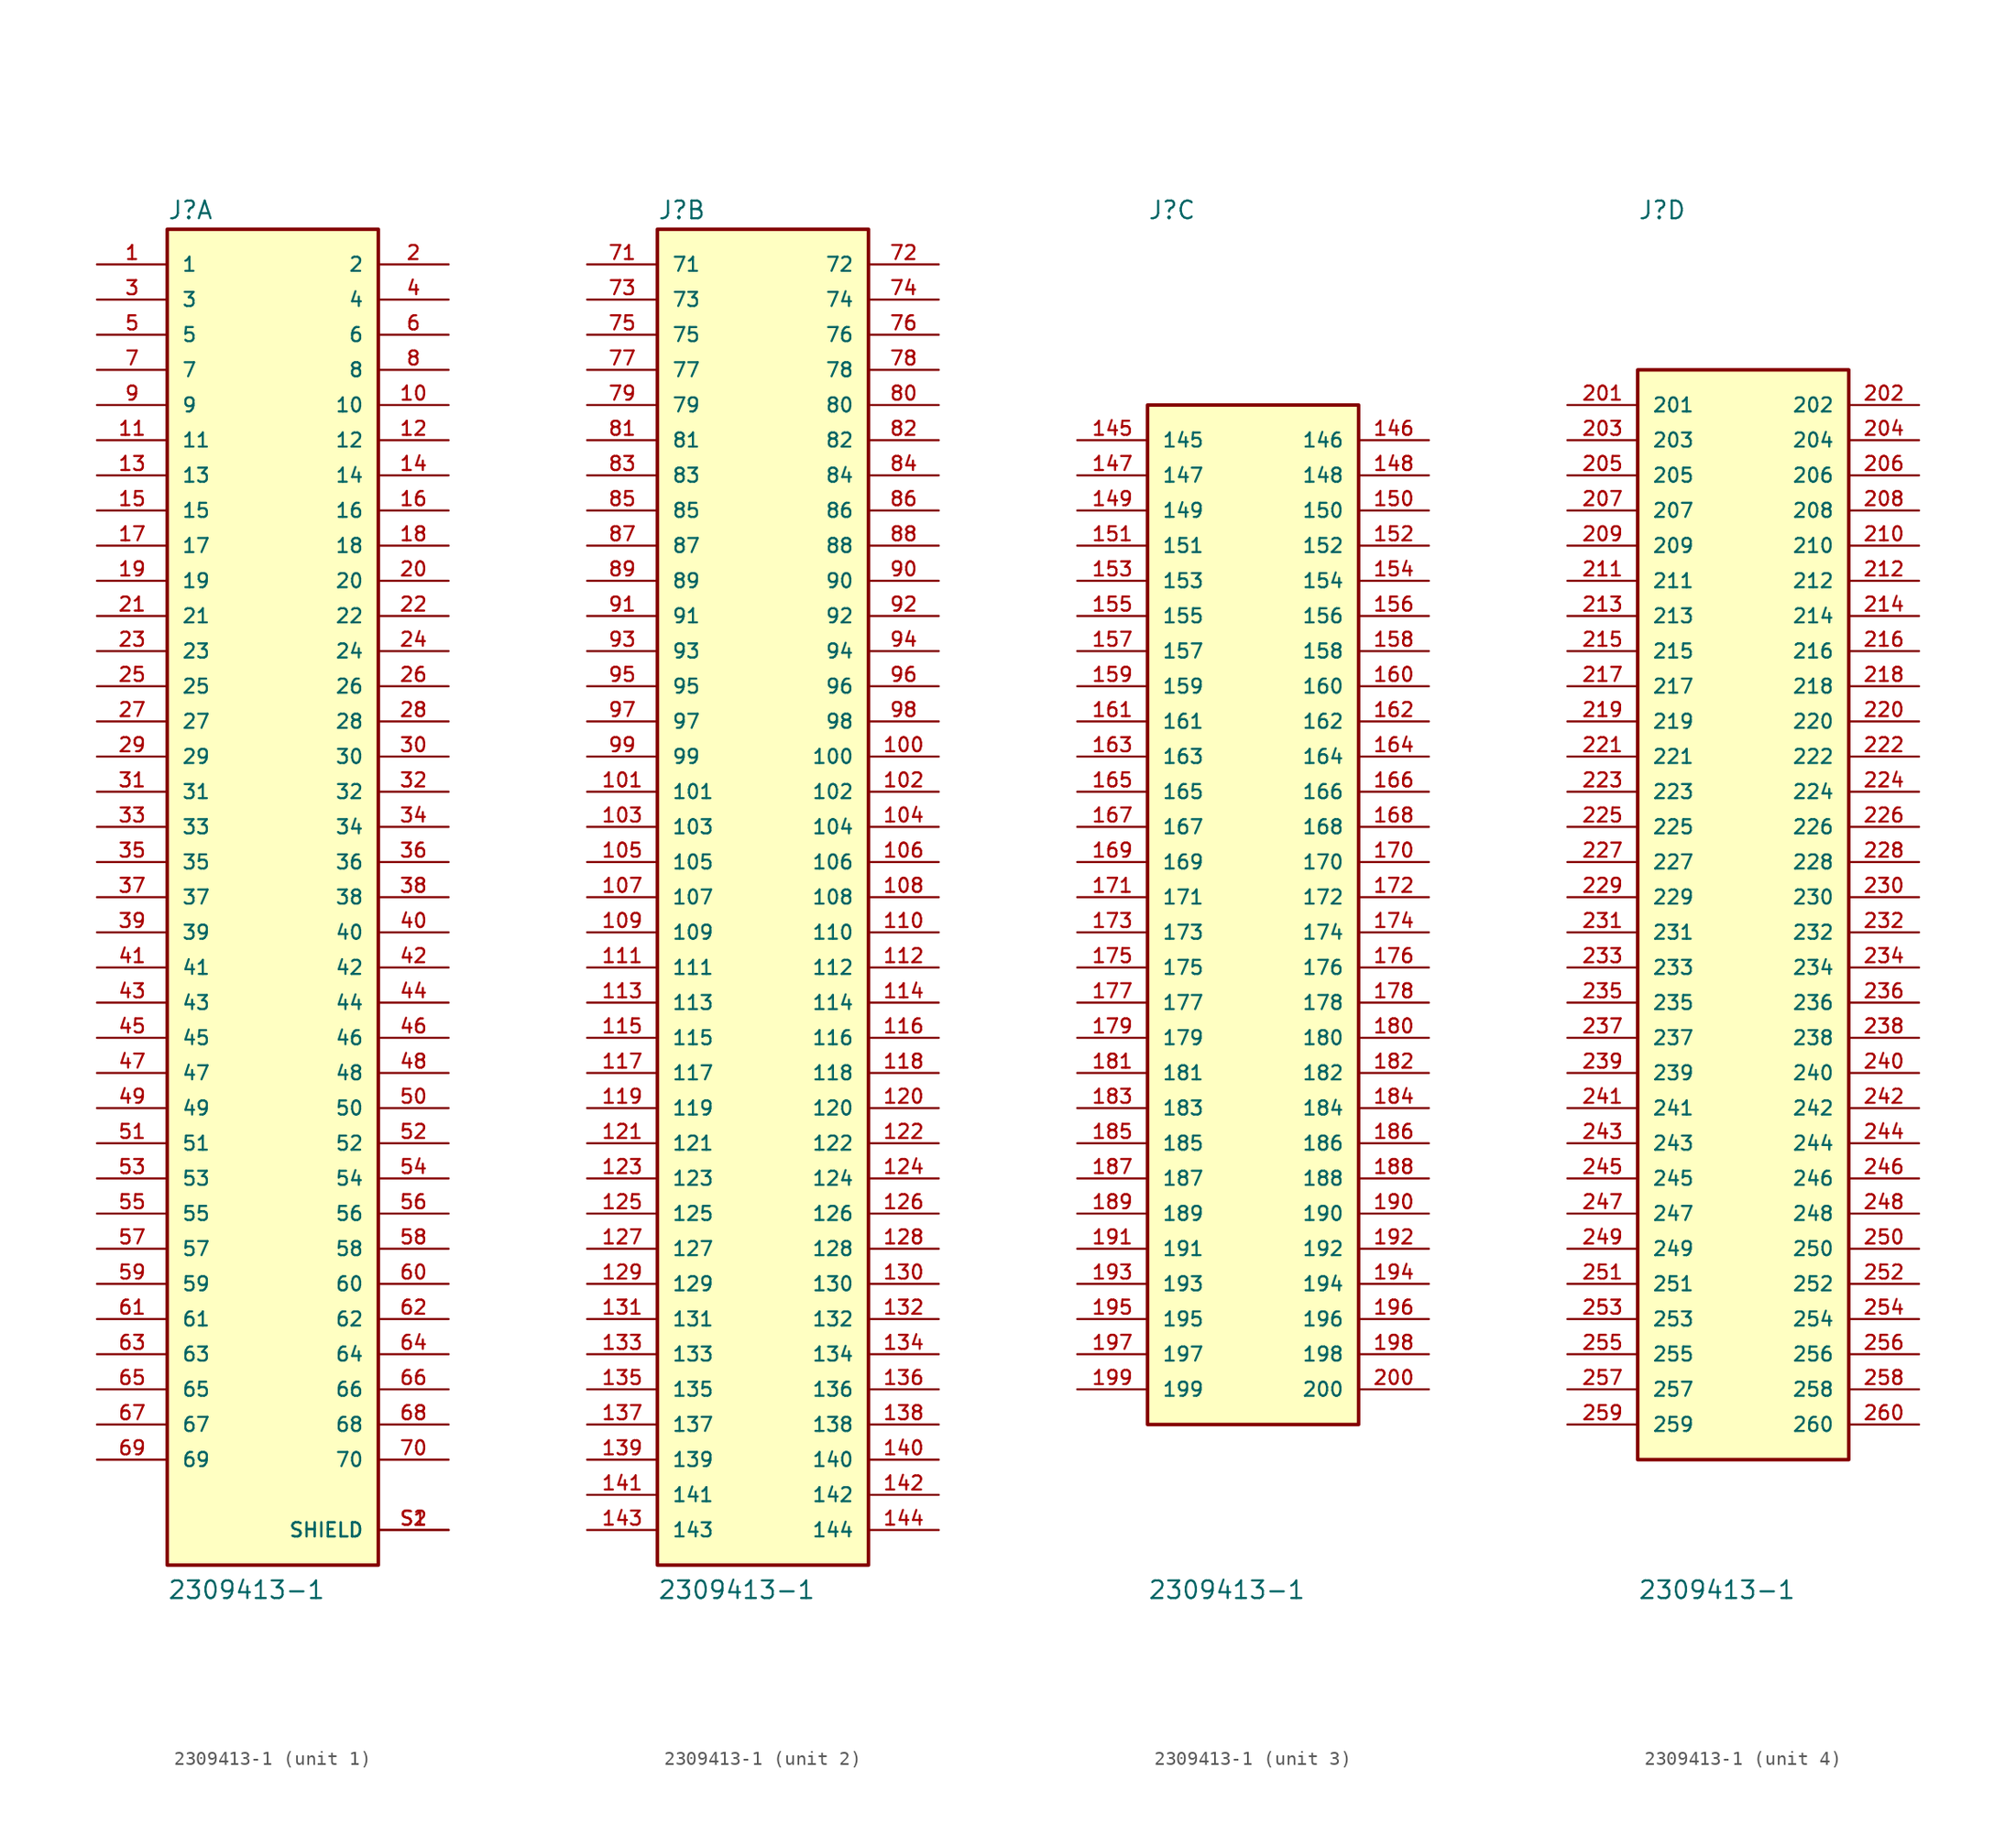
<source format=kicad_sym>
(kicad_symbol_lib
  (version 20211014)
  (generator kicad_symbol_editor)
  (symbol "2309413-1"
    (pin_names
      (offset 1.016))
    (property "Reference" "J"
      (at -7.62 48.895 0)
      (effects (font (size 1.27 1.27)) (justify bottom left)))
    (property "Value" "2309413-1"
      (at -7.62 -50.8 0)
      (effects (font (size 1.27 1.27)) (justify bottom left)))
    (symbol "2309413-1_1_0"
      (rectangle (start -7.62 -48.26) (end 7.62 48.26) (stroke (width 0.254)) (fill (type background)))
      (pin passive line (at -12.7 45.72 0) (length 5.08) (name "1" (effects (font (size 1.016 1.016)))) (number "1" (effects (font (size 1.016 1.016)))))
      (pin passive line (at 12.7 45.72 180.0) (length 5.08) (name "2" (effects (font (size 1.016 1.016)))) (number "2" (effects (font (size 1.016 1.016)))))
      (pin passive line (at -12.7 43.18 0) (length 5.08) (name "3" (effects (font (size 1.016 1.016)))) (number "3" (effects (font (size 1.016 1.016)))))
      (pin passive line (at 12.7 43.18 180.0) (length 5.08) (name "4" (effects (font (size 1.016 1.016)))) (number "4" (effects (font (size 1.016 1.016)))))
      (pin passive line (at -12.7 40.64 0) (length 5.08) (name "5" (effects (font (size 1.016 1.016)))) (number "5" (effects (font (size 1.016 1.016)))))
      (pin passive line (at 12.7 40.64 180.0) (length 5.08) (name "6" (effects (font (size 1.016 1.016)))) (number "6" (effects (font (size 1.016 1.016)))))
      (pin passive line (at -12.7 38.1 0) (length 5.08) (name "7" (effects (font (size 1.016 1.016)))) (number "7" (effects (font (size 1.016 1.016)))))
      (pin passive line (at 12.7 38.1 180.0) (length 5.08) (name "8" (effects (font (size 1.016 1.016)))) (number "8" (effects (font (size 1.016 1.016)))))
      (pin passive line (at -12.7 35.56 0) (length 5.08) (name "9" (effects (font (size 1.016 1.016)))) (number "9" (effects (font (size 1.016 1.016)))))
      (pin passive line (at 12.7 35.56 180.0) (length 5.08) (name "10" (effects (font (size 1.016 1.016)))) (number "10" (effects (font (size 1.016 1.016)))))
      (pin passive line (at -12.7 33.02 0) (length 5.08) (name "11" (effects (font (size 1.016 1.016)))) (number "11" (effects (font (size 1.016 1.016)))))
      (pin passive line (at 12.7 33.02 180.0) (length 5.08) (name "12" (effects (font (size 1.016 1.016)))) (number "12" (effects (font (size 1.016 1.016)))))
      (pin passive line (at -12.7 30.48 0) (length 5.08) (name "13" (effects (font (size 1.016 1.016)))) (number "13" (effects (font (size 1.016 1.016)))))
      (pin passive line (at 12.7 30.48 180.0) (length 5.08) (name "14" (effects (font (size 1.016 1.016)))) (number "14" (effects (font (size 1.016 1.016)))))
      (pin passive line (at -12.7 27.94 0) (length 5.08) (name "15" (effects (font (size 1.016 1.016)))) (number "15" (effects (font (size 1.016 1.016)))))
      (pin passive line (at 12.7 27.94 180.0) (length 5.08) (name "16" (effects (font (size 1.016 1.016)))) (number "16" (effects (font (size 1.016 1.016)))))
      (pin passive line (at -12.7 25.4 0) (length 5.08) (name "17" (effects (font (size 1.016 1.016)))) (number "17" (effects (font (size 1.016 1.016)))))
      (pin passive line (at 12.7 25.4 180.0) (length 5.08) (name "18" (effects (font (size 1.016 1.016)))) (number "18" (effects (font (size 1.016 1.016)))))
      (pin passive line (at -12.7 22.86 0) (length 5.08) (name "19" (effects (font (size 1.016 1.016)))) (number "19" (effects (font (size 1.016 1.016)))))
      (pin passive line (at 12.7 22.86 180.0) (length 5.08) (name "20" (effects (font (size 1.016 1.016)))) (number "20" (effects (font (size 1.016 1.016)))))
      (pin passive line (at -12.7 20.32 0) (length 5.08) (name "21" (effects (font (size 1.016 1.016)))) (number "21" (effects (font (size 1.016 1.016)))))
      (pin passive line (at 12.7 20.32 180.0) (length 5.08) (name "22" (effects (font (size 1.016 1.016)))) (number "22" (effects (font (size 1.016 1.016)))))
      (pin passive line (at -12.7 17.78 0) (length 5.08) (name "23" (effects (font (size 1.016 1.016)))) (number "23" (effects (font (size 1.016 1.016)))))
      (pin passive line (at 12.7 17.78 180.0) (length 5.08) (name "24" (effects (font (size 1.016 1.016)))) (number "24" (effects (font (size 1.016 1.016)))))
      (pin passive line (at -12.7 15.24 0) (length 5.08) (name "25" (effects (font (size 1.016 1.016)))) (number "25" (effects (font (size 1.016 1.016)))))
      (pin passive line (at 12.7 15.24 180.0) (length 5.08) (name "26" (effects (font (size 1.016 1.016)))) (number "26" (effects (font (size 1.016 1.016)))))
      (pin passive line (at -12.7 12.7 0) (length 5.08) (name "27" (effects (font (size 1.016 1.016)))) (number "27" (effects (font (size 1.016 1.016)))))
      (pin passive line (at 12.7 12.7 180.0) (length 5.08) (name "28" (effects (font (size 1.016 1.016)))) (number "28" (effects (font (size 1.016 1.016)))))
      (pin passive line (at -12.7 10.16 0) (length 5.08) (name "29" (effects (font (size 1.016 1.016)))) (number "29" (effects (font (size 1.016 1.016)))))
      (pin passive line (at 12.7 10.16 180.0) (length 5.08) (name "30" (effects (font (size 1.016 1.016)))) (number "30" (effects (font (size 1.016 1.016)))))
      (pin passive line (at -12.7 7.62 0) (length 5.08) (name "31" (effects (font (size 1.016 1.016)))) (number "31" (effects (font (size 1.016 1.016)))))
      (pin passive line (at 12.7 7.62 180.0) (length 5.08) (name "32" (effects (font (size 1.016 1.016)))) (number "32" (effects (font (size 1.016 1.016)))))
      (pin passive line (at -12.7 5.08 0) (length 5.08) (name "33" (effects (font (size 1.016 1.016)))) (number "33" (effects (font (size 1.016 1.016)))))
      (pin passive line (at 12.7 5.08 180.0) (length 5.08) (name "34" (effects (font (size 1.016 1.016)))) (number "34" (effects (font (size 1.016 1.016)))))
      (pin passive line (at -12.7 2.54 0) (length 5.08) (name "35" (effects (font (size 1.016 1.016)))) (number "35" (effects (font (size 1.016 1.016)))))
      (pin passive line (at 12.7 2.54 180.0) (length 5.08) (name "36" (effects (font (size 1.016 1.016)))) (number "36" (effects (font (size 1.016 1.016)))))
      (pin passive line (at -12.7 0.0 0) (length 5.08) (name "37" (effects (font (size 1.016 1.016)))) (number "37" (effects (font (size 1.016 1.016)))))
      (pin passive line (at 12.7 0.0 180.0) (length 5.08) (name "38" (effects (font (size 1.016 1.016)))) (number "38" (effects (font (size 1.016 1.016)))))
      (pin passive line (at -12.7 -2.54 0) (length 5.08) (name "39" (effects (font (size 1.016 1.016)))) (number "39" (effects (font (size 1.016 1.016)))))
      (pin passive line (at 12.7 -2.54 180.0) (length 5.08) (name "40" (effects (font (size 1.016 1.016)))) (number "40" (effects (font (size 1.016 1.016)))))
      (pin passive line (at -12.7 -5.08 0) (length 5.08) (name "41" (effects (font (size 1.016 1.016)))) (number "41" (effects (font (size 1.016 1.016)))))
      (pin passive line (at 12.7 -5.08 180.0) (length 5.08) (name "42" (effects (font (size 1.016 1.016)))) (number "42" (effects (font (size 1.016 1.016)))))
      (pin passive line (at -12.7 -7.62 0) (length 5.08) (name "43" (effects (font (size 1.016 1.016)))) (number "43" (effects (font (size 1.016 1.016)))))
      (pin passive line (at 12.7 -7.62 180.0) (length 5.08) (name "44" (effects (font (size 1.016 1.016)))) (number "44" (effects (font (size 1.016 1.016)))))
      (pin passive line (at -12.7 -10.16 0) (length 5.08) (name "45" (effects (font (size 1.016 1.016)))) (number "45" (effects (font (size 1.016 1.016)))))
      (pin passive line (at 12.7 -10.16 180.0) (length 5.08) (name "46" (effects (font (size 1.016 1.016)))) (number "46" (effects (font (size 1.016 1.016)))))
      (pin passive line (at -12.7 -12.7 0) (length 5.08) (name "47" (effects (font (size 1.016 1.016)))) (number "47" (effects (font (size 1.016 1.016)))))
      (pin passive line (at 12.7 -12.7 180.0) (length 5.08) (name "48" (effects (font (size 1.016 1.016)))) (number "48" (effects (font (size 1.016 1.016)))))
      (pin passive line (at -12.7 -15.24 0) (length 5.08) (name "49" (effects (font (size 1.016 1.016)))) (number "49" (effects (font (size 1.016 1.016)))))
      (pin passive line (at 12.7 -15.24 180.0) (length 5.08) (name "50" (effects (font (size 1.016 1.016)))) (number "50" (effects (font (size 1.016 1.016)))))
      (pin passive line (at -12.7 -17.78 0) (length 5.08) (name "51" (effects (font (size 1.016 1.016)))) (number "51" (effects (font (size 1.016 1.016)))))
      (pin passive line (at 12.7 -17.78 180.0) (length 5.08) (name "52" (effects (font (size 1.016 1.016)))) (number "52" (effects (font (size 1.016 1.016)))))
      (pin passive line (at -12.7 -20.32 0) (length 5.08) (name "53" (effects (font (size 1.016 1.016)))) (number "53" (effects (font (size 1.016 1.016)))))
      (pin passive line (at 12.7 -20.32 180.0) (length 5.08) (name "54" (effects (font (size 1.016 1.016)))) (number "54" (effects (font (size 1.016 1.016)))))
      (pin passive line (at -12.7 -22.86 0) (length 5.08) (name "55" (effects (font (size 1.016 1.016)))) (number "55" (effects (font (size 1.016 1.016)))))
      (pin passive line (at 12.7 -22.86 180.0) (length 5.08) (name "56" (effects (font (size 1.016 1.016)))) (number "56" (effects (font (size 1.016 1.016)))))
      (pin passive line (at -12.7 -25.4 0) (length 5.08) (name "57" (effects (font (size 1.016 1.016)))) (number "57" (effects (font (size 1.016 1.016)))))
      (pin passive line (at 12.7 -25.4 180.0) (length 5.08) (name "58" (effects (font (size 1.016 1.016)))) (number "58" (effects (font (size 1.016 1.016)))))
      (pin passive line (at -12.7 -27.94 0) (length 5.08) (name "59" (effects (font (size 1.016 1.016)))) (number "59" (effects (font (size 1.016 1.016)))))
      (pin passive line (at 12.7 -27.94 180.0) (length 5.08) (name "60" (effects (font (size 1.016 1.016)))) (number "60" (effects (font (size 1.016 1.016)))))
      (pin passive line (at -12.7 -30.48 0) (length 5.08) (name "61" (effects (font (size 1.016 1.016)))) (number "61" (effects (font (size 1.016 1.016)))))
      (pin passive line (at 12.7 -30.48 180.0) (length 5.08) (name "62" (effects (font (size 1.016 1.016)))) (number "62" (effects (font (size 1.016 1.016)))))
      (pin passive line (at -12.7 -33.02 0) (length 5.08) (name "63" (effects (font (size 1.016 1.016)))) (number "63" (effects (font (size 1.016 1.016)))))
      (pin passive line (at 12.7 -33.02 180.0) (length 5.08) (name "64" (effects (font (size 1.016 1.016)))) (number "64" (effects (font (size 1.016 1.016)))))
      (pin passive line (at -12.7 -35.56 0) (length 5.08) (name "65" (effects (font (size 1.016 1.016)))) (number "65" (effects (font (size 1.016 1.016)))))
      (pin passive line (at 12.7 -35.56 180.0) (length 5.08) (name "66" (effects (font (size 1.016 1.016)))) (number "66" (effects (font (size 1.016 1.016)))))
      (pin passive line (at -12.7 -38.1 0) (length 5.08) (name "67" (effects (font (size 1.016 1.016)))) (number "67" (effects (font (size 1.016 1.016)))))
      (pin passive line (at 12.7 -38.1 180.0) (length 5.08) (name "68" (effects (font (size 1.016 1.016)))) (number "68" (effects (font (size 1.016 1.016)))))
      (pin passive line (at -12.7 -40.64 0) (length 5.08) (name "69" (effects (font (size 1.016 1.016)))) (number "69" (effects (font (size 1.016 1.016)))))
      (pin passive line (at 12.7 -40.64 180.0) (length 5.08) (name "70" (effects (font (size 1.016 1.016)))) (number "70" (effects (font (size 1.016 1.016)))))
      (pin passive line (at 12.7 -45.72 180.0) (length 5.08) (name "SHIELD" (effects (font (size 1.016 1.016)))) (number "S1" (effects (font (size 1.016 1.016)))))
      (pin passive line (at 12.7 -45.72 180.0) (length 5.08) (name "SHIELD" (effects (font (size 1.016 1.016)))) (number "S2" (effects (font (size 1.016 1.016))))))
    (symbol "2309413-1_2_0"
      (rectangle (start -7.62 -48.26) (end 7.62 48.26) (stroke (width 0.254)) (fill (type background)))
      (pin passive line (at -12.7 43.18 0) (length 5.08) (name "73" (effects (font (size 1.016 1.016)))) (number "73" (effects (font (size 1.016 1.016)))))
      (pin passive line (at 12.7 43.18 180.0) (length 5.08) (name "74" (effects (font (size 1.016 1.016)))) (number "74" (effects (font (size 1.016 1.016)))))
      (pin passive line (at -12.7 40.64 0) (length 5.08) (name "75" (effects (font (size 1.016 1.016)))) (number "75" (effects (font (size 1.016 1.016)))))
      (pin passive line (at 12.7 40.64 180.0) (length 5.08) (name "76" (effects (font (size 1.016 1.016)))) (number "76" (effects (font (size 1.016 1.016)))))
      (pin passive line (at -12.7 38.1 0) (length 5.08) (name "77" (effects (font (size 1.016 1.016)))) (number "77" (effects (font (size 1.016 1.016)))))
      (pin passive line (at 12.7 38.1 180.0) (length 5.08) (name "78" (effects (font (size 1.016 1.016)))) (number "78" (effects (font (size 1.016 1.016)))))
      (pin passive line (at -12.7 35.56 0) (length 5.08) (name "79" (effects (font (size 1.016 1.016)))) (number "79" (effects (font (size 1.016 1.016)))))
      (pin passive line (at 12.7 35.56 180.0) (length 5.08) (name "80" (effects (font (size 1.016 1.016)))) (number "80" (effects (font (size 1.016 1.016)))))
      (pin passive line (at -12.7 33.02 0) (length 5.08) (name "81" (effects (font (size 1.016 1.016)))) (number "81" (effects (font (size 1.016 1.016)))))
      (pin passive line (at 12.7 33.02 180.0) (length 5.08) (name "82" (effects (font (size 1.016 1.016)))) (number "82" (effects (font (size 1.016 1.016)))))
      (pin passive line (at -12.7 30.48 0) (length 5.08) (name "83" (effects (font (size 1.016 1.016)))) (number "83" (effects (font (size 1.016 1.016)))))
      (pin passive line (at 12.7 30.48 180.0) (length 5.08) (name "84" (effects (font (size 1.016 1.016)))) (number "84" (effects (font (size 1.016 1.016)))))
      (pin passive line (at -12.7 27.94 0) (length 5.08) (name "85" (effects (font (size 1.016 1.016)))) (number "85" (effects (font (size 1.016 1.016)))))
      (pin passive line (at 12.7 27.94 180.0) (length 5.08) (name "86" (effects (font (size 1.016 1.016)))) (number "86" (effects (font (size 1.016 1.016)))))
      (pin passive line (at -12.7 25.4 0) (length 5.08) (name "87" (effects (font (size 1.016 1.016)))) (number "87" (effects (font (size 1.016 1.016)))))
      (pin passive line (at 12.7 25.4 180.0) (length 5.08) (name "88" (effects (font (size 1.016 1.016)))) (number "88" (effects (font (size 1.016 1.016)))))
      (pin passive line (at -12.7 22.86 0) (length 5.08) (name "89" (effects (font (size 1.016 1.016)))) (number "89" (effects (font (size 1.016 1.016)))))
      (pin passive line (at 12.7 22.86 180.0) (length 5.08) (name "90" (effects (font (size 1.016 1.016)))) (number "90" (effects (font (size 1.016 1.016)))))
      (pin passive line (at -12.7 20.32 0) (length 5.08) (name "91" (effects (font (size 1.016 1.016)))) (number "91" (effects (font (size 1.016 1.016)))))
      (pin passive line (at 12.7 20.32 180.0) (length 5.08) (name "92" (effects (font (size 1.016 1.016)))) (number "92" (effects (font (size 1.016 1.016)))))
      (pin passive line (at -12.7 17.78 0) (length 5.08) (name "93" (effects (font (size 1.016 1.016)))) (number "93" (effects (font (size 1.016 1.016)))))
      (pin passive line (at 12.7 17.78 180.0) (length 5.08) (name "94" (effects (font (size 1.016 1.016)))) (number "94" (effects (font (size 1.016 1.016)))))
      (pin passive line (at -12.7 15.24 0) (length 5.08) (name "95" (effects (font (size 1.016 1.016)))) (number "95" (effects (font (size 1.016 1.016)))))
      (pin passive line (at 12.7 15.24 180.0) (length 5.08) (name "96" (effects (font (size 1.016 1.016)))) (number "96" (effects (font (size 1.016 1.016)))))
      (pin passive line (at -12.7 12.7 0) (length 5.08) (name "97" (effects (font (size 1.016 1.016)))) (number "97" (effects (font (size 1.016 1.016)))))
      (pin passive line (at 12.7 12.7 180.0) (length 5.08) (name "98" (effects (font (size 1.016 1.016)))) (number "98" (effects (font (size 1.016 1.016)))))
      (pin passive line (at -12.7 10.16 0) (length 5.08) (name "99" (effects (font (size 1.016 1.016)))) (number "99" (effects (font (size 1.016 1.016)))))
      (pin passive line (at 12.7 10.16 180.0) (length 5.08) (name "100" (effects (font (size 1.016 1.016)))) (number "100" (effects (font (size 1.016 1.016)))))
      (pin passive line (at -12.7 7.62 0) (length 5.08) (name "101" (effects (font (size 1.016 1.016)))) (number "101" (effects (font (size 1.016 1.016)))))
      (pin passive line (at 12.7 7.62 180.0) (length 5.08) (name "102" (effects (font (size 1.016 1.016)))) (number "102" (effects (font (size 1.016 1.016)))))
      (pin passive line (at -12.7 5.08 0) (length 5.08) (name "103" (effects (font (size 1.016 1.016)))) (number "103" (effects (font (size 1.016 1.016)))))
      (pin passive line (at 12.7 5.08 180.0) (length 5.08) (name "104" (effects (font (size 1.016 1.016)))) (number "104" (effects (font (size 1.016 1.016)))))
      (pin passive line (at -12.7 2.54 0) (length 5.08) (name "105" (effects (font (size 1.016 1.016)))) (number "105" (effects (font (size 1.016 1.016)))))
      (pin passive line (at 12.7 2.54 180.0) (length 5.08) (name "106" (effects (font (size 1.016 1.016)))) (number "106" (effects (font (size 1.016 1.016)))))
      (pin passive line (at -12.7 0.0 0) (length 5.08) (name "107" (effects (font (size 1.016 1.016)))) (number "107" (effects (font (size 1.016 1.016)))))
      (pin passive line (at 12.7 0.0 180.0) (length 5.08) (name "108" (effects (font (size 1.016 1.016)))) (number "108" (effects (font (size 1.016 1.016)))))
      (pin passive line (at -12.7 -2.54 0) (length 5.08) (name "109" (effects (font (size 1.016 1.016)))) (number "109" (effects (font (size 1.016 1.016)))))
      (pin passive line (at 12.7 -2.54 180.0) (length 5.08) (name "110" (effects (font (size 1.016 1.016)))) (number "110" (effects (font (size 1.016 1.016)))))
      (pin passive line (at -12.7 -5.08 0) (length 5.08) (name "111" (effects (font (size 1.016 1.016)))) (number "111" (effects (font (size 1.016 1.016)))))
      (pin passive line (at 12.7 -5.08 180.0) (length 5.08) (name "112" (effects (font (size 1.016 1.016)))) (number "112" (effects (font (size 1.016 1.016)))))
      (pin passive line (at -12.7 -7.62 0) (length 5.08) (name "113" (effects (font (size 1.016 1.016)))) (number "113" (effects (font (size 1.016 1.016)))))
      (pin passive line (at 12.7 -7.62 180.0) (length 5.08) (name "114" (effects (font (size 1.016 1.016)))) (number "114" (effects (font (size 1.016 1.016)))))
      (pin passive line (at -12.7 -10.16 0) (length 5.08) (name "115" (effects (font (size 1.016 1.016)))) (number "115" (effects (font (size 1.016 1.016)))))
      (pin passive line (at 12.7 -10.16 180.0) (length 5.08) (name "116" (effects (font (size 1.016 1.016)))) (number "116" (effects (font (size 1.016 1.016)))))
      (pin passive line (at -12.7 -12.7 0) (length 5.08) (name "117" (effects (font (size 1.016 1.016)))) (number "117" (effects (font (size 1.016 1.016)))))
      (pin passive line (at 12.7 -12.7 180.0) (length 5.08) (name "118" (effects (font (size 1.016 1.016)))) (number "118" (effects (font (size 1.016 1.016)))))
      (pin passive line (at -12.7 -15.24 0) (length 5.08) (name "119" (effects (font (size 1.016 1.016)))) (number "119" (effects (font (size 1.016 1.016)))))
      (pin passive line (at 12.7 -15.24 180.0) (length 5.08) (name "120" (effects (font (size 1.016 1.016)))) (number "120" (effects (font (size 1.016 1.016)))))
      (pin passive line (at -12.7 -17.78 0) (length 5.08) (name "121" (effects (font (size 1.016 1.016)))) (number "121" (effects (font (size 1.016 1.016)))))
      (pin passive line (at 12.7 -17.78 180.0) (length 5.08) (name "122" (effects (font (size 1.016 1.016)))) (number "122" (effects (font (size 1.016 1.016)))))
      (pin passive line (at -12.7 -20.32 0) (length 5.08) (name "123" (effects (font (size 1.016 1.016)))) (number "123" (effects (font (size 1.016 1.016)))))
      (pin passive line (at 12.7 -20.32 180.0) (length 5.08) (name "124" (effects (font (size 1.016 1.016)))) (number "124" (effects (font (size 1.016 1.016)))))
      (pin passive line (at -12.7 -22.86 0) (length 5.08) (name "125" (effects (font (size 1.016 1.016)))) (number "125" (effects (font (size 1.016 1.016)))))
      (pin passive line (at 12.7 -22.86 180.0) (length 5.08) (name "126" (effects (font (size 1.016 1.016)))) (number "126" (effects (font (size 1.016 1.016)))))
      (pin passive line (at -12.7 -25.4 0) (length 5.08) (name "127" (effects (font (size 1.016 1.016)))) (number "127" (effects (font (size 1.016 1.016)))))
      (pin passive line (at 12.7 -25.4 180.0) (length 5.08) (name "128" (effects (font (size 1.016 1.016)))) (number "128" (effects (font (size 1.016 1.016)))))
      (pin passive line (at -12.7 -27.94 0) (length 5.08) (name "129" (effects (font (size 1.016 1.016)))) (number "129" (effects (font (size 1.016 1.016)))))
      (pin passive line (at 12.7 -27.94 180.0) (length 5.08) (name "130" (effects (font (size 1.016 1.016)))) (number "130" (effects (font (size 1.016 1.016)))))
      (pin passive line (at -12.7 -30.48 0) (length 5.08) (name "131" (effects (font (size 1.016 1.016)))) (number "131" (effects (font (size 1.016 1.016)))))
      (pin passive line (at 12.7 -30.48 180.0) (length 5.08) (name "132" (effects (font (size 1.016 1.016)))) (number "132" (effects (font (size 1.016 1.016)))))
      (pin passive line (at -12.7 -33.02 0) (length 5.08) (name "133" (effects (font (size 1.016 1.016)))) (number "133" (effects (font (size 1.016 1.016)))))
      (pin passive line (at 12.7 -33.02 180.0) (length 5.08) (name "134" (effects (font (size 1.016 1.016)))) (number "134" (effects (font (size 1.016 1.016)))))
      (pin passive line (at -12.7 -35.56 0) (length 5.08) (name "135" (effects (font (size 1.016 1.016)))) (number "135" (effects (font (size 1.016 1.016)))))
      (pin passive line (at 12.7 -35.56 180.0) (length 5.08) (name "136" (effects (font (size 1.016 1.016)))) (number "136" (effects (font (size 1.016 1.016)))))
      (pin passive line (at -12.7 -38.1 0) (length 5.08) (name "137" (effects (font (size 1.016 1.016)))) (number "137" (effects (font (size 1.016 1.016)))))
      (pin passive line (at 12.7 -38.1 180.0) (length 5.08) (name "138" (effects (font (size 1.016 1.016)))) (number "138" (effects (font (size 1.016 1.016)))))
      (pin passive line (at -12.7 -40.64 0) (length 5.08) (name "139" (effects (font (size 1.016 1.016)))) (number "139" (effects (font (size 1.016 1.016)))))
      (pin passive line (at 12.7 -40.64 180.0) (length 5.08) (name "140" (effects (font (size 1.016 1.016)))) (number "140" (effects (font (size 1.016 1.016)))))
      (pin passive line (at -12.7 -43.18 0) (length 5.08) (name "141" (effects (font (size 1.016 1.016)))) (number "141" (effects (font (size 1.016 1.016)))))
      (pin passive line (at 12.7 -43.18 180.0) (length 5.08) (name "142" (effects (font (size 1.016 1.016)))) (number "142" (effects (font (size 1.016 1.016)))))
      (pin passive line (at -12.7 -45.72 0) (length 5.08) (name "143" (effects (font (size 1.016 1.016)))) (number "143" (effects (font (size 1.016 1.016)))))
      (pin passive line (at 12.7 -45.72 180.0) (length 5.08) (name "144" (effects (font (size 1.016 1.016)))) (number "144" (effects (font (size 1.016 1.016)))))
      (pin passive line (at -12.7 45.72 0) (length 5.08) (name "71" (effects (font (size 1.016 1.016)))) (number "71" (effects (font (size 1.016 1.016)))))
      (pin passive line (at 12.7 45.72 180.0) (length 5.08) (name "72" (effects (font (size 1.016 1.016)))) (number "72" (effects (font (size 1.016 1.016))))))
    (symbol "2309413-1_3_0"
      (rectangle (start -7.62 -38.1) (end 7.62 35.56) (stroke (width 0.254)) (fill (type background)))
      (pin passive line (at -12.7 33.02 0) (length 5.08) (name "145" (effects (font (size 1.016 1.016)))) (number "145" (effects (font (size 1.016 1.016)))))
      (pin passive line (at 12.7 33.02 180.0) (length 5.08) (name "146" (effects (font (size 1.016 1.016)))) (number "146" (effects (font (size 1.016 1.016)))))
      (pin passive line (at -12.7 30.48 0) (length 5.08) (name "147" (effects (font (size 1.016 1.016)))) (number "147" (effects (font (size 1.016 1.016)))))
      (pin passive line (at 12.7 30.48 180.0) (length 5.08) (name "148" (effects (font (size 1.016 1.016)))) (number "148" (effects (font (size 1.016 1.016)))))
      (pin passive line (at -12.7 27.94 0) (length 5.08) (name "149" (effects (font (size 1.016 1.016)))) (number "149" (effects (font (size 1.016 1.016)))))
      (pin passive line (at 12.7 27.94 180.0) (length 5.08) (name "150" (effects (font (size 1.016 1.016)))) (number "150" (effects (font (size 1.016 1.016)))))
      (pin passive line (at -12.7 25.4 0) (length 5.08) (name "151" (effects (font (size 1.016 1.016)))) (number "151" (effects (font (size 1.016 1.016)))))
      (pin passive line (at 12.7 25.4 180.0) (length 5.08) (name "152" (effects (font (size 1.016 1.016)))) (number "152" (effects (font (size 1.016 1.016)))))
      (pin passive line (at -12.7 22.86 0) (length 5.08) (name "153" (effects (font (size 1.016 1.016)))) (number "153" (effects (font (size 1.016 1.016)))))
      (pin passive line (at 12.7 22.86 180.0) (length 5.08) (name "154" (effects (font (size 1.016 1.016)))) (number "154" (effects (font (size 1.016 1.016)))))
      (pin passive line (at -12.7 20.32 0) (length 5.08) (name "155" (effects (font (size 1.016 1.016)))) (number "155" (effects (font (size 1.016 1.016)))))
      (pin passive line (at 12.7 20.32 180.0) (length 5.08) (name "156" (effects (font (size 1.016 1.016)))) (number "156" (effects (font (size 1.016 1.016)))))
      (pin passive line (at -12.7 17.78 0) (length 5.08) (name "157" (effects (font (size 1.016 1.016)))) (number "157" (effects (font (size 1.016 1.016)))))
      (pin passive line (at 12.7 17.78 180.0) (length 5.08) (name "158" (effects (font (size 1.016 1.016)))) (number "158" (effects (font (size 1.016 1.016)))))
      (pin passive line (at -12.7 15.24 0) (length 5.08) (name "159" (effects (font (size 1.016 1.016)))) (number "159" (effects (font (size 1.016 1.016)))))
      (pin passive line (at 12.7 15.24 180.0) (length 5.08) (name "160" (effects (font (size 1.016 1.016)))) (number "160" (effects (font (size 1.016 1.016)))))
      (pin passive line (at -12.7 12.7 0) (length 5.08) (name "161" (effects (font (size 1.016 1.016)))) (number "161" (effects (font (size 1.016 1.016)))))
      (pin passive line (at 12.7 12.7 180.0) (length 5.08) (name "162" (effects (font (size 1.016 1.016)))) (number "162" (effects (font (size 1.016 1.016)))))
      (pin passive line (at -12.7 10.16 0) (length 5.08) (name "163" (effects (font (size 1.016 1.016)))) (number "163" (effects (font (size 1.016 1.016)))))
      (pin passive line (at 12.7 10.16 180.0) (length 5.08) (name "164" (effects (font (size 1.016 1.016)))) (number "164" (effects (font (size 1.016 1.016)))))
      (pin passive line (at -12.7 7.62 0) (length 5.08) (name "165" (effects (font (size 1.016 1.016)))) (number "165" (effects (font (size 1.016 1.016)))))
      (pin passive line (at 12.7 7.62 180.0) (length 5.08) (name "166" (effects (font (size 1.016 1.016)))) (number "166" (effects (font (size 1.016 1.016)))))
      (pin passive line (at -12.7 5.08 0) (length 5.08) (name "167" (effects (font (size 1.016 1.016)))) (number "167" (effects (font (size 1.016 1.016)))))
      (pin passive line (at 12.7 5.08 180.0) (length 5.08) (name "168" (effects (font (size 1.016 1.016)))) (number "168" (effects (font (size 1.016 1.016)))))
      (pin passive line (at -12.7 2.54 0) (length 5.08) (name "169" (effects (font (size 1.016 1.016)))) (number "169" (effects (font (size 1.016 1.016)))))
      (pin passive line (at 12.7 2.54 180.0) (length 5.08) (name "170" (effects (font (size 1.016 1.016)))) (number "170" (effects (font (size 1.016 1.016)))))
      (pin passive line (at -12.7 0.0 0) (length 5.08) (name "171" (effects (font (size 1.016 1.016)))) (number "171" (effects (font (size 1.016 1.016)))))
      (pin passive line (at 12.7 0.0 180.0) (length 5.08) (name "172" (effects (font (size 1.016 1.016)))) (number "172" (effects (font (size 1.016 1.016)))))
      (pin passive line (at -12.7 -2.54 0) (length 5.08) (name "173" (effects (font (size 1.016 1.016)))) (number "173" (effects (font (size 1.016 1.016)))))
      (pin passive line (at 12.7 -2.54 180.0) (length 5.08) (name "174" (effects (font (size 1.016 1.016)))) (number "174" (effects (font (size 1.016 1.016)))))
      (pin passive line (at -12.7 -5.08 0) (length 5.08) (name "175" (effects (font (size 1.016 1.016)))) (number "175" (effects (font (size 1.016 1.016)))))
      (pin passive line (at 12.7 -5.08 180.0) (length 5.08) (name "176" (effects (font (size 1.016 1.016)))) (number "176" (effects (font (size 1.016 1.016)))))
      (pin passive line (at -12.7 -7.62 0) (length 5.08) (name "177" (effects (font (size 1.016 1.016)))) (number "177" (effects (font (size 1.016 1.016)))))
      (pin passive line (at 12.7 -7.62 180.0) (length 5.08) (name "178" (effects (font (size 1.016 1.016)))) (number "178" (effects (font (size 1.016 1.016)))))
      (pin passive line (at -12.7 -10.16 0) (length 5.08) (name "179" (effects (font (size 1.016 1.016)))) (number "179" (effects (font (size 1.016 1.016)))))
      (pin passive line (at 12.7 -10.16 180.0) (length 5.08) (name "180" (effects (font (size 1.016 1.016)))) (number "180" (effects (font (size 1.016 1.016)))))
      (pin passive line (at -12.7 -12.7 0) (length 5.08) (name "181" (effects (font (size 1.016 1.016)))) (number "181" (effects (font (size 1.016 1.016)))))
      (pin passive line (at 12.7 -12.7 180.0) (length 5.08) (name "182" (effects (font (size 1.016 1.016)))) (number "182" (effects (font (size 1.016 1.016)))))
      (pin passive line (at -12.7 -15.24 0) (length 5.08) (name "183" (effects (font (size 1.016 1.016)))) (number "183" (effects (font (size 1.016 1.016)))))
      (pin passive line (at 12.7 -15.24 180.0) (length 5.08) (name "184" (effects (font (size 1.016 1.016)))) (number "184" (effects (font (size 1.016 1.016)))))
      (pin passive line (at -12.7 -17.78 0) (length 5.08) (name "185" (effects (font (size 1.016 1.016)))) (number "185" (effects (font (size 1.016 1.016)))))
      (pin passive line (at 12.7 -17.78 180.0) (length 5.08) (name "186" (effects (font (size 1.016 1.016)))) (number "186" (effects (font (size 1.016 1.016)))))
      (pin passive line (at -12.7 -20.32 0) (length 5.08) (name "187" (effects (font (size 1.016 1.016)))) (number "187" (effects (font (size 1.016 1.016)))))
      (pin passive line (at 12.7 -20.32 180.0) (length 5.08) (name "188" (effects (font (size 1.016 1.016)))) (number "188" (effects (font (size 1.016 1.016)))))
      (pin passive line (at -12.7 -22.86 0) (length 5.08) (name "189" (effects (font (size 1.016 1.016)))) (number "189" (effects (font (size 1.016 1.016)))))
      (pin passive line (at 12.7 -22.86 180.0) (length 5.08) (name "190" (effects (font (size 1.016 1.016)))) (number "190" (effects (font (size 1.016 1.016)))))
      (pin passive line (at -12.7 -25.4 0) (length 5.08) (name "191" (effects (font (size 1.016 1.016)))) (number "191" (effects (font (size 1.016 1.016)))))
      (pin passive line (at 12.7 -25.4 180.0) (length 5.08) (name "192" (effects (font (size 1.016 1.016)))) (number "192" (effects (font (size 1.016 1.016)))))
      (pin passive line (at -12.7 -27.94 0) (length 5.08) (name "193" (effects (font (size 1.016 1.016)))) (number "193" (effects (font (size 1.016 1.016)))))
      (pin passive line (at 12.7 -27.94 180.0) (length 5.08) (name "194" (effects (font (size 1.016 1.016)))) (number "194" (effects (font (size 1.016 1.016)))))
      (pin passive line (at -12.7 -30.48 0) (length 5.08) (name "195" (effects (font (size 1.016 1.016)))) (number "195" (effects (font (size 1.016 1.016)))))
      (pin passive line (at 12.7 -30.48 180.0) (length 5.08) (name "196" (effects (font (size 1.016 1.016)))) (number "196" (effects (font (size 1.016 1.016)))))
      (pin passive line (at -12.7 -33.02 0) (length 5.08) (name "197" (effects (font (size 1.016 1.016)))) (number "197" (effects (font (size 1.016 1.016)))))
      (pin passive line (at 12.7 -33.02 180.0) (length 5.08) (name "198" (effects (font (size 1.016 1.016)))) (number "198" (effects (font (size 1.016 1.016)))))
      (pin passive line (at -12.7 -35.56 0) (length 5.08) (name "199" (effects (font (size 1.016 1.016)))) (number "199" (effects (font (size 1.016 1.016)))))
      (pin passive line (at 12.7 -35.56 180.0) (length 5.08) (name "200" (effects (font (size 1.016 1.016)))) (number "200" (effects (font (size 1.016 1.016))))))
    (symbol "2309413-1_4_0"
      (rectangle (start -7.62 -40.64) (end 7.62 38.1) (stroke (width 0.254)) (fill (type background)))
      (pin passive line (at -12.7 35.56 0) (length 5.08) (name "201" (effects (font (size 1.016 1.016)))) (number "201" (effects (font (size 1.016 1.016)))))
      (pin passive line (at 12.7 35.56 180.0) (length 5.08) (name "202" (effects (font (size 1.016 1.016)))) (number "202" (effects (font (size 1.016 1.016)))))
      (pin passive line (at -12.7 33.02 0) (length 5.08) (name "203" (effects (font (size 1.016 1.016)))) (number "203" (effects (font (size 1.016 1.016)))))
      (pin passive line (at 12.7 33.02 180.0) (length 5.08) (name "204" (effects (font (size 1.016 1.016)))) (number "204" (effects (font (size 1.016 1.016)))))
      (pin passive line (at -12.7 30.48 0) (length 5.08) (name "205" (effects (font (size 1.016 1.016)))) (number "205" (effects (font (size 1.016 1.016)))))
      (pin passive line (at 12.7 30.48 180.0) (length 5.08) (name "206" (effects (font (size 1.016 1.016)))) (number "206" (effects (font (size 1.016 1.016)))))
      (pin passive line (at -12.7 27.94 0) (length 5.08) (name "207" (effects (font (size 1.016 1.016)))) (number "207" (effects (font (size 1.016 1.016)))))
      (pin passive line (at 12.7 27.94 180.0) (length 5.08) (name "208" (effects (font (size 1.016 1.016)))) (number "208" (effects (font (size 1.016 1.016)))))
      (pin passive line (at -12.7 25.4 0) (length 5.08) (name "209" (effects (font (size 1.016 1.016)))) (number "209" (effects (font (size 1.016 1.016)))))
      (pin passive line (at 12.7 25.4 180.0) (length 5.08) (name "210" (effects (font (size 1.016 1.016)))) (number "210" (effects (font (size 1.016 1.016)))))
      (pin passive line (at -12.7 22.86 0) (length 5.08) (name "211" (effects (font (size 1.016 1.016)))) (number "211" (effects (font (size 1.016 1.016)))))
      (pin passive line (at 12.7 22.86 180.0) (length 5.08) (name "212" (effects (font (size 1.016 1.016)))) (number "212" (effects (font (size 1.016 1.016)))))
      (pin passive line (at -12.7 20.32 0) (length 5.08) (name "213" (effects (font (size 1.016 1.016)))) (number "213" (effects (font (size 1.016 1.016)))))
      (pin passive line (at 12.7 20.32 180.0) (length 5.08) (name "214" (effects (font (size 1.016 1.016)))) (number "214" (effects (font (size 1.016 1.016)))))
      (pin passive line (at -12.7 17.78 0) (length 5.08) (name "215" (effects (font (size 1.016 1.016)))) (number "215" (effects (font (size 1.016 1.016)))))
      (pin passive line (at 12.7 17.78 180.0) (length 5.08) (name "216" (effects (font (size 1.016 1.016)))) (number "216" (effects (font (size 1.016 1.016)))))
      (pin passive line (at -12.7 15.24 0) (length 5.08) (name "217" (effects (font (size 1.016 1.016)))) (number "217" (effects (font (size 1.016 1.016)))))
      (pin passive line (at 12.7 15.24 180.0) (length 5.08) (name "218" (effects (font (size 1.016 1.016)))) (number "218" (effects (font (size 1.016 1.016)))))
      (pin passive line (at -12.7 12.7 0) (length 5.08) (name "219" (effects (font (size 1.016 1.016)))) (number "219" (effects (font (size 1.016 1.016)))))
      (pin passive line (at 12.7 12.7 180.0) (length 5.08) (name "220" (effects (font (size 1.016 1.016)))) (number "220" (effects (font (size 1.016 1.016)))))
      (pin passive line (at -12.7 10.16 0) (length 5.08) (name "221" (effects (font (size 1.016 1.016)))) (number "221" (effects (font (size 1.016 1.016)))))
      (pin passive line (at 12.7 10.16 180.0) (length 5.08) (name "222" (effects (font (size 1.016 1.016)))) (number "222" (effects (font (size 1.016 1.016)))))
      (pin passive line (at -12.7 7.62 0) (length 5.08) (name "223" (effects (font (size 1.016 1.016)))) (number "223" (effects (font (size 1.016 1.016)))))
      (pin passive line (at 12.7 7.62 180.0) (length 5.08) (name "224" (effects (font (size 1.016 1.016)))) (number "224" (effects (font (size 1.016 1.016)))))
      (pin passive line (at -12.7 5.08 0) (length 5.08) (name "225" (effects (font (size 1.016 1.016)))) (number "225" (effects (font (size 1.016 1.016)))))
      (pin passive line (at 12.7 5.08 180.0) (length 5.08) (name "226" (effects (font (size 1.016 1.016)))) (number "226" (effects (font (size 1.016 1.016)))))
      (pin passive line (at -12.7 2.54 0) (length 5.08) (name "227" (effects (font (size 1.016 1.016)))) (number "227" (effects (font (size 1.016 1.016)))))
      (pin passive line (at 12.7 2.54 180.0) (length 5.08) (name "228" (effects (font (size 1.016 1.016)))) (number "228" (effects (font (size 1.016 1.016)))))
      (pin passive line (at -12.7 0.0 0) (length 5.08) (name "229" (effects (font (size 1.016 1.016)))) (number "229" (effects (font (size 1.016 1.016)))))
      (pin passive line (at 12.7 0.0 180.0) (length 5.08) (name "230" (effects (font (size 1.016 1.016)))) (number "230" (effects (font (size 1.016 1.016)))))
      (pin passive line (at -12.7 -2.54 0) (length 5.08) (name "231" (effects (font (size 1.016 1.016)))) (number "231" (effects (font (size 1.016 1.016)))))
      (pin passive line (at 12.7 -2.54 180.0) (length 5.08) (name "232" (effects (font (size 1.016 1.016)))) (number "232" (effects (font (size 1.016 1.016)))))
      (pin passive line (at -12.7 -5.08 0) (length 5.08) (name "233" (effects (font (size 1.016 1.016)))) (number "233" (effects (font (size 1.016 1.016)))))
      (pin passive line (at 12.7 -5.08 180.0) (length 5.08) (name "234" (effects (font (size 1.016 1.016)))) (number "234" (effects (font (size 1.016 1.016)))))
      (pin passive line (at -12.7 -7.62 0) (length 5.08) (name "235" (effects (font (size 1.016 1.016)))) (number "235" (effects (font (size 1.016 1.016)))))
      (pin passive line (at 12.7 -7.62 180.0) (length 5.08) (name "236" (effects (font (size 1.016 1.016)))) (number "236" (effects (font (size 1.016 1.016)))))
      (pin passive line (at -12.7 -10.16 0) (length 5.08) (name "237" (effects (font (size 1.016 1.016)))) (number "237" (effects (font (size 1.016 1.016)))))
      (pin passive line (at 12.7 -10.16 180.0) (length 5.08) (name "238" (effects (font (size 1.016 1.016)))) (number "238" (effects (font (size 1.016 1.016)))))
      (pin passive line (at -12.7 -12.7 0) (length 5.08) (name "239" (effects (font (size 1.016 1.016)))) (number "239" (effects (font (size 1.016 1.016)))))
      (pin passive line (at 12.7 -12.7 180.0) (length 5.08) (name "240" (effects (font (size 1.016 1.016)))) (number "240" (effects (font (size 1.016 1.016)))))
      (pin passive line (at -12.7 -15.24 0) (length 5.08) (name "241" (effects (font (size 1.016 1.016)))) (number "241" (effects (font (size 1.016 1.016)))))
      (pin passive line (at 12.7 -15.24 180.0) (length 5.08) (name "242" (effects (font (size 1.016 1.016)))) (number "242" (effects (font (size 1.016 1.016)))))
      (pin passive line (at -12.7 -17.78 0) (length 5.08) (name "243" (effects (font (size 1.016 1.016)))) (number "243" (effects (font (size 1.016 1.016)))))
      (pin passive line (at 12.7 -17.78 180.0) (length 5.08) (name "244" (effects (font (size 1.016 1.016)))) (number "244" (effects (font (size 1.016 1.016)))))
      (pin passive line (at -12.7 -20.32 0) (length 5.08) (name "245" (effects (font (size 1.016 1.016)))) (number "245" (effects (font (size 1.016 1.016)))))
      (pin passive line (at 12.7 -20.32 180.0) (length 5.08) (name "246" (effects (font (size 1.016 1.016)))) (number "246" (effects (font (size 1.016 1.016)))))
      (pin passive line (at -12.7 -22.86 0) (length 5.08) (name "247" (effects (font (size 1.016 1.016)))) (number "247" (effects (font (size 1.016 1.016)))))
      (pin passive line (at 12.7 -22.86 180.0) (length 5.08) (name "248" (effects (font (size 1.016 1.016)))) (number "248" (effects (font (size 1.016 1.016)))))
      (pin passive line (at -12.7 -25.4 0) (length 5.08) (name "249" (effects (font (size 1.016 1.016)))) (number "249" (effects (font (size 1.016 1.016)))))
      (pin passive line (at 12.7 -25.4 180.0) (length 5.08) (name "250" (effects (font (size 1.016 1.016)))) (number "250" (effects (font (size 1.016 1.016)))))
      (pin passive line (at -12.7 -27.94 0) (length 5.08) (name "251" (effects (font (size 1.016 1.016)))) (number "251" (effects (font (size 1.016 1.016)))))
      (pin passive line (at 12.7 -27.94 180.0) (length 5.08) (name "252" (effects (font (size 1.016 1.016)))) (number "252" (effects (font (size 1.016 1.016)))))
      (pin passive line (at -12.7 -30.48 0) (length 5.08) (name "253" (effects (font (size 1.016 1.016)))) (number "253" (effects (font (size 1.016 1.016)))))
      (pin passive line (at 12.7 -30.48 180.0) (length 5.08) (name "254" (effects (font (size 1.016 1.016)))) (number "254" (effects (font (size 1.016 1.016)))))
      (pin passive line (at -12.7 -33.02 0) (length 5.08) (name "255" (effects (font (size 1.016 1.016)))) (number "255" (effects (font (size 1.016 1.016)))))
      (pin passive line (at 12.7 -33.02 180.0) (length 5.08) (name "256" (effects (font (size 1.016 1.016)))) (number "256" (effects (font (size 1.016 1.016)))))
      (pin passive line (at -12.7 -35.56 0) (length 5.08) (name "257" (effects (font (size 1.016 1.016)))) (number "257" (effects (font (size 1.016 1.016)))))
      (pin passive line (at 12.7 -35.56 180.0) (length 5.08) (name "258" (effects (font (size 1.016 1.016)))) (number "258" (effects (font (size 1.016 1.016)))))
      (pin passive line (at -12.7 -38.1 0) (length 5.08) (name "259" (effects (font (size 1.016 1.016)))) (number "259" (effects (font (size 1.016 1.016)))))
      (pin passive line (at 12.7 -38.1 180.0) (length 5.08) (name "260" (effects (font (size 1.016 1.016)))) (number "260" (effects (font (size 1.016 1.016))))))))
</source>
